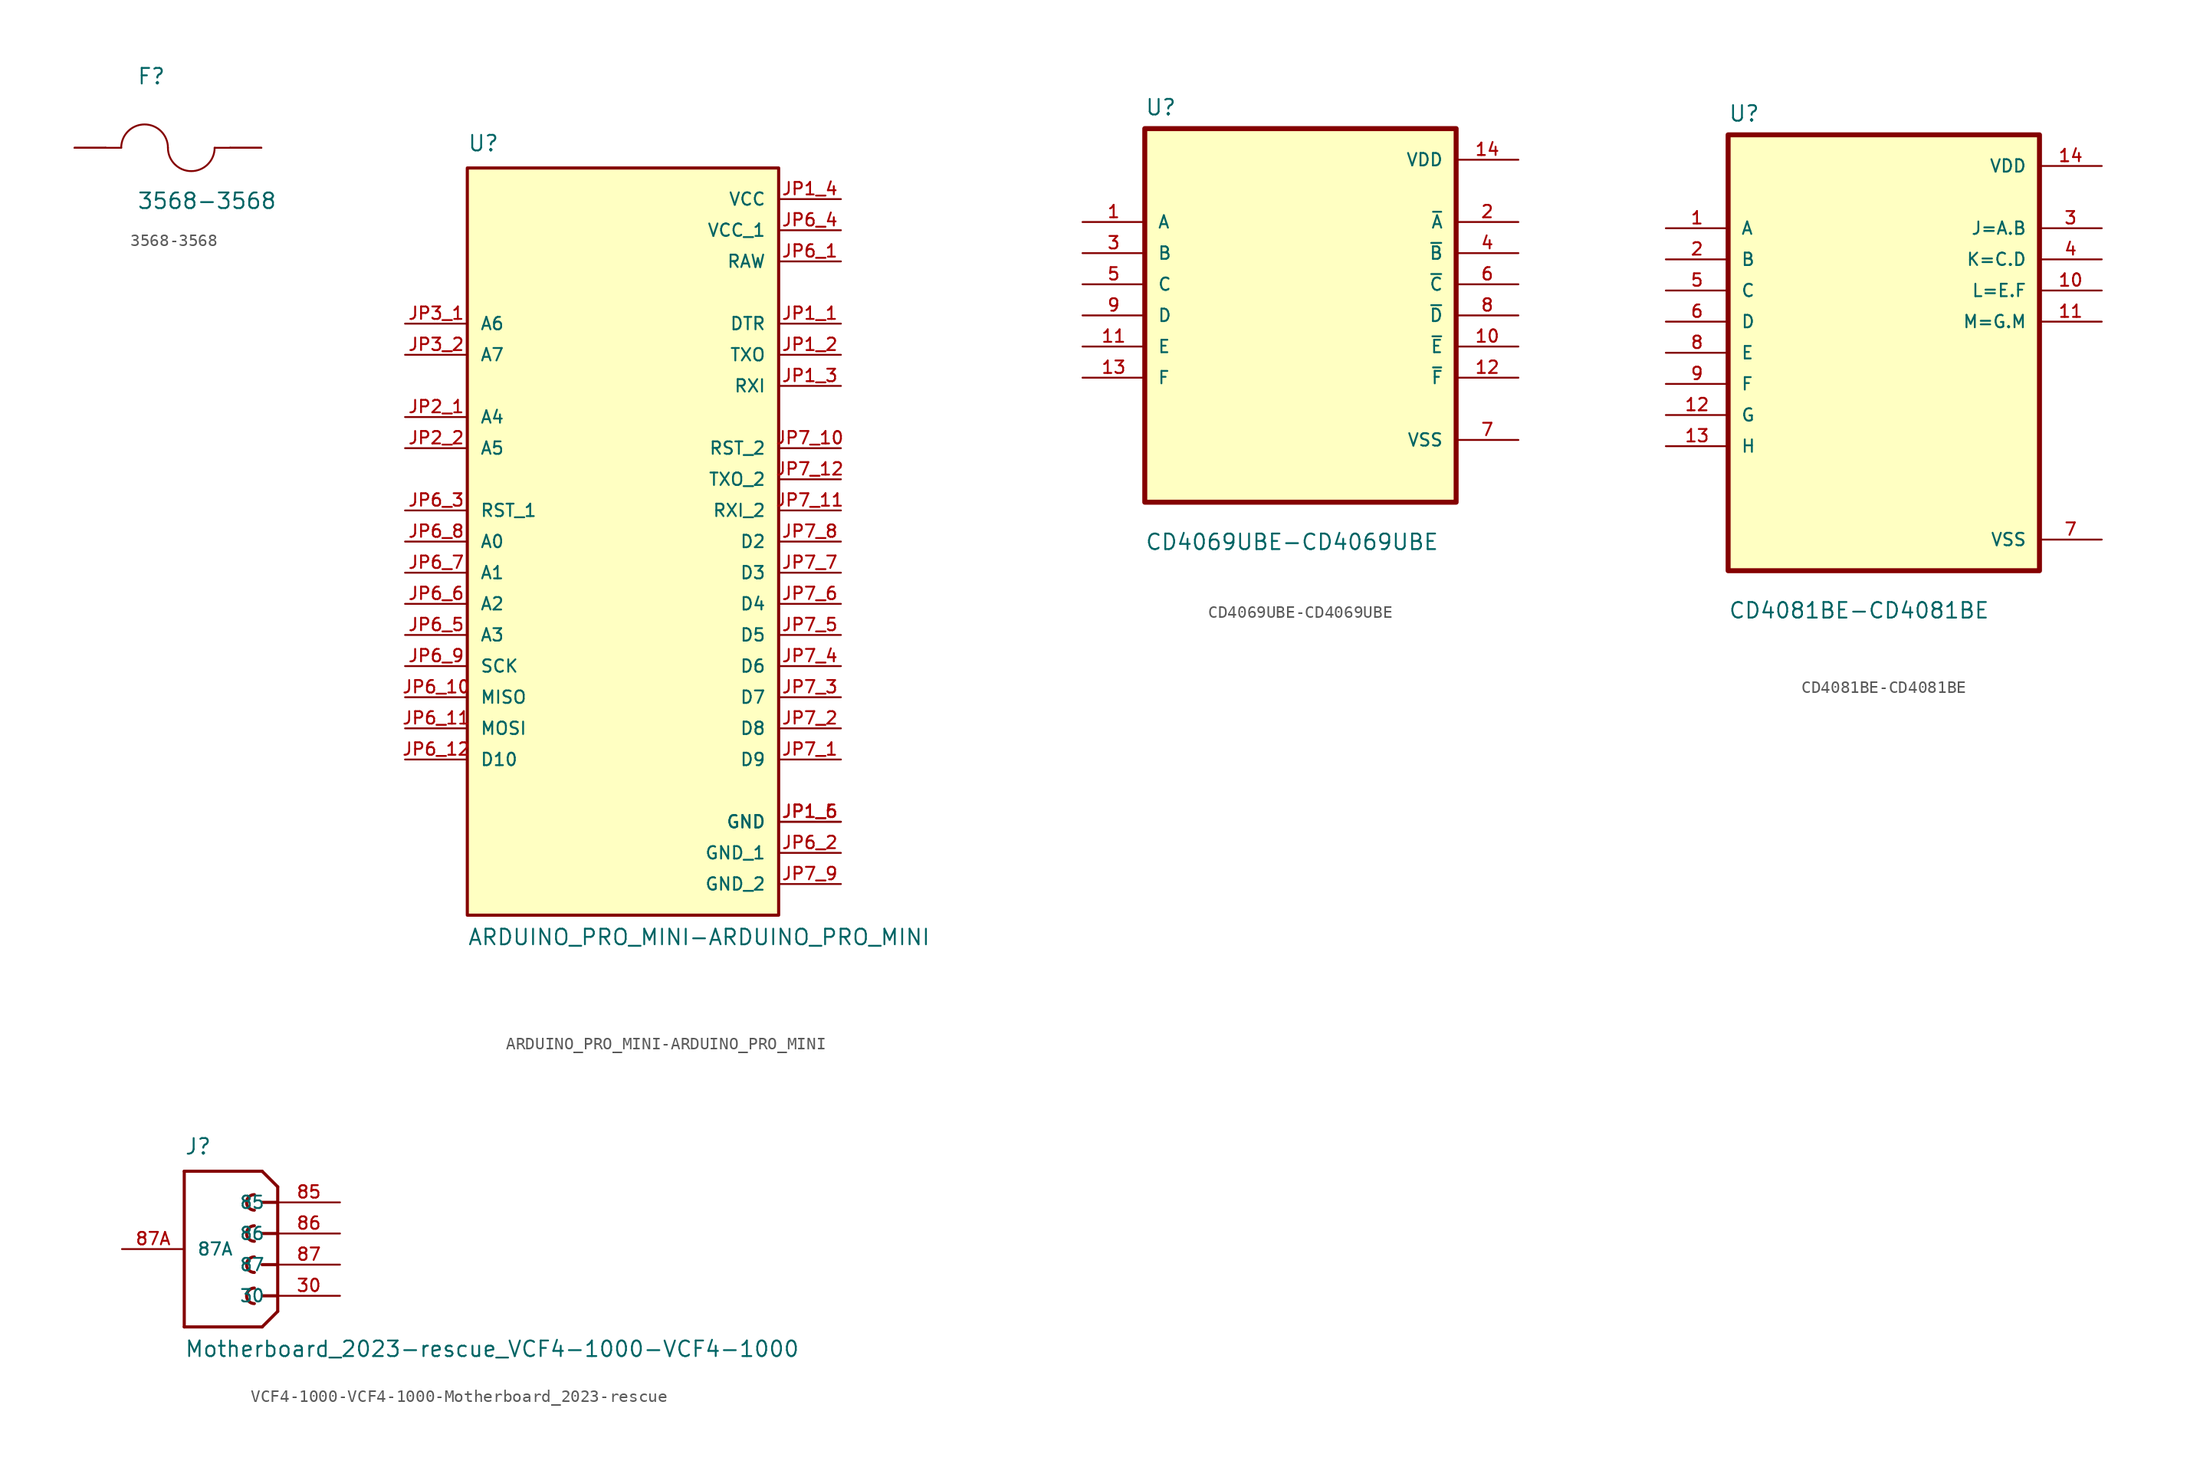
<source format=kicad_sym>
(kicad_symbol_lib
  (version 20220914)
  (generator kicad_symbol_editor)
  (symbol "3568-3568"
    (pin_numbers hide)
    (pin_names
      (offset 1.016) hide)
    (property "Reference" "F"
      (at -2.54 5.08 0)
      (effects (font (size 1.27 1.27)) (justify left bottom)))
    (property "Value" "3568-3568"
      (at -2.54 -5.08 0)
      (effects (font (size 1.27 1.27)) (justify left bottom)))
    (property "ki_locked" ""
      (at 0 0 0)
      (effects (font (size 1.27 1.27))))
    (symbol "3568-3568_0_0"
      (arc (start 0 0) (mid -1.905 1.8967) (end -3.81 0) (stroke (width 0.1524) (type solid)) (fill (type none)))
      (polyline (pts (xy -5.08 0) (xy -3.81 0)) (stroke (width 0.152) (type solid)) (fill (type none)))
      (polyline (pts (xy 5.08 0) (xy 3.81 0)) (stroke (width 0.152) (type solid)) (fill (type none)))
      (arc (start 0 0) (mid 1.905 -1.8967) (end 3.81 0) (stroke (width 0.1524) (type solid)) (fill (type none)))
      (pin passive line (at -7.62 0 0) (length 2.54) (name "~" (effects (font (size 1.016 1.016)))) (number "1" (effects (font (size 1.016 1.016)))))
      (pin passive line (at 7.62 0 180) (length 2.54) (name "~" (effects (font (size 1.016 1.016)))) (number "2" (effects (font (size 1.016 1.016)))))
      (pin passive line (at -7.62 0 0) (length 2.54) (name "~" (effects (font (size 1.016 1.016)))) (number "3" (effects (font (size 1.016 1.016)))))
      (pin passive line (at 7.62 0 180) (length 2.54) (name "~" (effects (font (size 1.016 1.016)))) (number "4" (effects (font (size 1.016 1.016)))))))
  (symbol "ARDUINO_PRO_MINI-ARDUINO_PRO_MINI"
    (pin_names
      (offset 1.016))
    (property "Reference" "U"
      (at -12.7 31.75 0)
      (effects (font (size 1.27 1.27)) (justify left bottom)))
    (property "Value" "ARDUINO_PRO_MINI-ARDUINO_PRO_MINI"
      (at -12.7 -33.02 0)
      (effects (font (size 1.27 1.27)) (justify left bottom)))
    (property "ki_locked" ""
      (at 0 0 0)
      (effects (font (size 1.27 1.27))))
    (symbol "ARDUINO_PRO_MINI-ARDUINO_PRO_MINI_0_0"
      (rectangle (start -12.7 -30.48) (end 12.7 30.48) (stroke (width 0.254) (type solid)) (fill (type background)))
      (pin input line (at 17.78 17.78 180) (length 5.08) (name "DTR" (effects (font (size 1.016 1.016)))) (number "JP1_1" (effects (font (size 1.016 1.016)))))
      (pin bidirectional line (at 17.78 15.24 180) (length 5.08) (name "TXO" (effects (font (size 1.016 1.016)))) (number "JP1_2" (effects (font (size 1.016 1.016)))))
      (pin bidirectional line (at 17.78 12.7 180) (length 5.08) (name "RXI" (effects (font (size 1.016 1.016)))) (number "JP1_3" (effects (font (size 1.016 1.016)))))
      (pin power_in line (at 17.78 27.94 180) (length 5.08) (name "VCC" (effects (font (size 1.016 1.016)))) (number "JP1_4" (effects (font (size 1.016 1.016)))))
      (pin power_in line (at 17.78 -22.86 180) (length 5.08) (name "GND" (effects (font (size 1.016 1.016)))) (number "JP1_5" (effects (font (size 1.016 1.016)))))
      (pin power_in line (at 17.78 -22.86 180) (length 5.08) (name "GND" (effects (font (size 1.016 1.016)))) (number "JP1_6" (effects (font (size 1.016 1.016)))))
      (pin bidirectional line (at -17.78 10.16 0) (length 5.08) (name "A4" (effects (font (size 1.016 1.016)))) (number "JP2_1" (effects (font (size 1.016 1.016)))))
      (pin bidirectional line (at -17.78 7.62 0) (length 5.08) (name "A5" (effects (font (size 1.016 1.016)))) (number "JP2_2" (effects (font (size 1.016 1.016)))))
      (pin input line (at -17.78 17.78 0) (length 5.08) (name "A6" (effects (font (size 1.016 1.016)))) (number "JP3_1" (effects (font (size 1.016 1.016)))))
      (pin input line (at -17.78 15.24 0) (length 5.08) (name "A7" (effects (font (size 1.016 1.016)))) (number "JP3_2" (effects (font (size 1.016 1.016)))))
      (pin power_in line (at 17.78 22.86 180) (length 5.08) (name "RAW" (effects (font (size 1.016 1.016)))) (number "JP6_1" (effects (font (size 1.016 1.016)))))
      (pin bidirectional line (at -17.78 -12.7 0) (length 5.08) (name "MISO" (effects (font (size 1.016 1.016)))) (number "JP6_10" (effects (font (size 1.016 1.016)))))
      (pin bidirectional line (at -17.78 -15.24 0) (length 5.08) (name "MOSI" (effects (font (size 1.016 1.016)))) (number "JP6_11" (effects (font (size 1.016 1.016)))))
      (pin bidirectional line (at -17.78 -17.78 0) (length 5.08) (name "D10" (effects (font (size 1.016 1.016)))) (number "JP6_12" (effects (font (size 1.016 1.016)))))
      (pin power_in line (at 17.78 -25.4 180) (length 5.08) (name "GND_1" (effects (font (size 1.016 1.016)))) (number "JP6_2" (effects (font (size 1.016 1.016)))))
      (pin input line (at -17.78 2.54 0) (length 5.08) (name "RST_1" (effects (font (size 1.016 1.016)))) (number "JP6_3" (effects (font (size 1.016 1.016)))))
      (pin power_in line (at 17.78 25.4 180) (length 5.08) (name "VCC_1" (effects (font (size 1.016 1.016)))) (number "JP6_4" (effects (font (size 1.016 1.016)))))
      (pin bidirectional line (at -17.78 -7.62 0) (length 5.08) (name "A3" (effects (font (size 1.016 1.016)))) (number "JP6_5" (effects (font (size 1.016 1.016)))))
      (pin bidirectional line (at -17.78 -5.08 0) (length 5.08) (name "A2" (effects (font (size 1.016 1.016)))) (number "JP6_6" (effects (font (size 1.016 1.016)))))
      (pin bidirectional line (at -17.78 -2.54 0) (length 5.08) (name "A1" (effects (font (size 1.016 1.016)))) (number "JP6_7" (effects (font (size 1.016 1.016)))))
      (pin bidirectional line (at -17.78 0 0) (length 5.08) (name "A0" (effects (font (size 1.016 1.016)))) (number "JP6_8" (effects (font (size 1.016 1.016)))))
      (pin bidirectional line (at -17.78 -10.16 0) (length 5.08) (name "SCK" (effects (font (size 1.016 1.016)))) (number "JP6_9" (effects (font (size 1.016 1.016)))))
      (pin bidirectional line (at 17.78 -17.78 180) (length 5.08) (name "D9" (effects (font (size 1.016 1.016)))) (number "JP7_1" (effects (font (size 1.016 1.016)))))
      (pin input line (at 17.78 7.62 180) (length 5.08) (name "RST_2" (effects (font (size 1.016 1.016)))) (number "JP7_10" (effects (font (size 1.016 1.016)))))
      (pin bidirectional line (at 17.78 2.54 180) (length 5.08) (name "RXI_2" (effects (font (size 1.016 1.016)))) (number "JP7_11" (effects (font (size 1.016 1.016)))))
      (pin bidirectional line (at 17.78 5.08 180) (length 5.08) (name "TXO_2" (effects (font (size 1.016 1.016)))) (number "JP7_12" (effects (font (size 1.016 1.016)))))
      (pin bidirectional line (at 17.78 -15.24 180) (length 5.08) (name "D8" (effects (font (size 1.016 1.016)))) (number "JP7_2" (effects (font (size 1.016 1.016)))))
      (pin bidirectional line (at 17.78 -12.7 180) (length 5.08) (name "D7" (effects (font (size 1.016 1.016)))) (number "JP7_3" (effects (font (size 1.016 1.016)))))
      (pin bidirectional line (at 17.78 -10.16 180) (length 5.08) (name "D6" (effects (font (size 1.016 1.016)))) (number "JP7_4" (effects (font (size 1.016 1.016)))))
      (pin bidirectional line (at 17.78 -7.62 180) (length 5.08) (name "D5" (effects (font (size 1.016 1.016)))) (number "JP7_5" (effects (font (size 1.016 1.016)))))
      (pin bidirectional line (at 17.78 -5.08 180) (length 5.08) (name "D4" (effects (font (size 1.016 1.016)))) (number "JP7_6" (effects (font (size 1.016 1.016)))))
      (pin bidirectional line (at 17.78 -2.54 180) (length 5.08) (name "D3" (effects (font (size 1.016 1.016)))) (number "JP7_7" (effects (font (size 1.016 1.016)))))
      (pin bidirectional line (at 17.78 0 180) (length 5.08) (name "D2" (effects (font (size 1.016 1.016)))) (number "JP7_8" (effects (font (size 1.016 1.016)))))
      (pin power_in line (at 17.78 -27.94 180) (length 5.08) (name "GND_2" (effects (font (size 1.016 1.016)))) (number "JP7_9" (effects (font (size 1.016 1.016)))))))
  (symbol "CD4069UBE-CD4069UBE"
    (pin_names
      (offset 1.016))
    (property "Reference" "U"
      (at -12.7 16.231 0)
      (effects (font (size 1.27 1.27)) (justify left bottom)))
    (property "Value" "CD4069UBE-CD4069UBE"
      (at -12.7 -19.228 0)
      (effects (font (size 1.27 1.27)) (justify left bottom)))
    (property "ki_locked" ""
      (at 0 0 0)
      (effects (font (size 1.27 1.27))))
    (symbol "CD4069UBE-CD4069UBE_0_0"
      (rectangle (start -12.7 -15.24) (end 12.7 15.24) (stroke (width 0.406) (type solid)) (fill (type background)))
      (pin input line (at -17.78 7.62 0) (length 5.08) (name "A" (effects (font (size 1.016 1.016)))) (number "1" (effects (font (size 1.016 1.016)))))
      (pin output line (at 17.78 -2.54 180) (length 5.08) (name "~{E}" (effects (font (size 1.016 1.016)))) (number "10" (effects (font (size 1.016 1.016)))))
      (pin input line (at -17.78 -2.54 0) (length 5.08) (name "E" (effects (font (size 1.016 1.016)))) (number "11" (effects (font (size 1.016 1.016)))))
      (pin output line (at 17.78 -5.08 180) (length 5.08) (name "~{F}" (effects (font (size 1.016 1.016)))) (number "12" (effects (font (size 1.016 1.016)))))
      (pin input line (at -17.78 -5.08 0) (length 5.08) (name "F" (effects (font (size 1.016 1.016)))) (number "13" (effects (font (size 1.016 1.016)))))
      (pin power_in line (at 17.78 12.7 180) (length 5.08) (name "VDD" (effects (font (size 1.016 1.016)))) (number "14" (effects (font (size 1.016 1.016)))))
      (pin output line (at 17.78 7.62 180) (length 5.08) (name "~{A}" (effects (font (size 1.016 1.016)))) (number "2" (effects (font (size 1.016 1.016)))))
      (pin input line (at -17.78 5.08 0) (length 5.08) (name "B" (effects (font (size 1.016 1.016)))) (number "3" (effects (font (size 1.016 1.016)))))
      (pin output line (at 17.78 5.08 180) (length 5.08) (name "~{B}" (effects (font (size 1.016 1.016)))) (number "4" (effects (font (size 1.016 1.016)))))
      (pin input line (at -17.78 2.54 0) (length 5.08) (name "C" (effects (font (size 1.016 1.016)))) (number "5" (effects (font (size 1.016 1.016)))))
      (pin output line (at 17.78 2.54 180) (length 5.08) (name "~{C}" (effects (font (size 1.016 1.016)))) (number "6" (effects (font (size 1.016 1.016)))))
      (pin power_in line (at 17.78 -10.16 180) (length 5.08) (name "VSS" (effects (font (size 1.016 1.016)))) (number "7" (effects (font (size 1.016 1.016)))))
      (pin output line (at 17.78 0 180) (length 5.08) (name "~{D}" (effects (font (size 1.016 1.016)))) (number "8" (effects (font (size 1.016 1.016)))))
      (pin input line (at -17.78 0 0) (length 5.08) (name "D" (effects (font (size 1.016 1.016)))) (number "9" (effects (font (size 1.016 1.016)))))))
  (symbol "CD4081BE-CD4081BE"
    (pin_names
      (offset 1.016))
    (property "Reference" "U"
      (at -12.7 18.771 0)
      (effects (font (size 1.27 1.27)) (justify left bottom)))
    (property "Value" "CD4081BE-CD4081BE"
      (at -12.7 -21.768 0)
      (effects (font (size 1.27 1.27)) (justify left bottom)))
    (property "ki_locked" ""
      (at 0 0 0)
      (effects (font (size 1.27 1.27))))
    (symbol "CD4081BE-CD4081BE_0_0"
      (rectangle (start -12.7 -17.78) (end 12.7 17.78) (stroke (width 0.406) (type solid)) (fill (type background)))
      (pin input line (at -17.78 10.16 0) (length 5.08) (name "A" (effects (font (size 1.016 1.016)))) (number "1" (effects (font (size 1.016 1.016)))))
      (pin output line (at 17.78 5.08 180) (length 5.08) (name "L=E.F" (effects (font (size 1.016 1.016)))) (number "10" (effects (font (size 1.016 1.016)))))
      (pin output line (at 17.78 2.54 180) (length 5.08) (name "M=G.M" (effects (font (size 1.016 1.016)))) (number "11" (effects (font (size 1.016 1.016)))))
      (pin input line (at -17.78 -5.08 0) (length 5.08) (name "G" (effects (font (size 1.016 1.016)))) (number "12" (effects (font (size 1.016 1.016)))))
      (pin input line (at -17.78 -7.62 0) (length 5.08) (name "H" (effects (font (size 1.016 1.016)))) (number "13" (effects (font (size 1.016 1.016)))))
      (pin power_in line (at 17.78 15.24 180) (length 5.08) (name "VDD" (effects (font (size 1.016 1.016)))) (number "14" (effects (font (size 1.016 1.016)))))
      (pin input line (at -17.78 7.62 0) (length 5.08) (name "B" (effects (font (size 1.016 1.016)))) (number "2" (effects (font (size 1.016 1.016)))))
      (pin output line (at 17.78 10.16 180) (length 5.08) (name "J=A.B" (effects (font (size 1.016 1.016)))) (number "3" (effects (font (size 1.016 1.016)))))
      (pin output line (at 17.78 7.62 180) (length 5.08) (name "K=C.D" (effects (font (size 1.016 1.016)))) (number "4" (effects (font (size 1.016 1.016)))))
      (pin input line (at -17.78 5.08 0) (length 5.08) (name "C" (effects (font (size 1.016 1.016)))) (number "5" (effects (font (size 1.016 1.016)))))
      (pin input line (at -17.78 2.54 0) (length 5.08) (name "D" (effects (font (size 1.016 1.016)))) (number "6" (effects (font (size 1.016 1.016)))))
      (pin power_in line (at 17.78 -15.24 180) (length 5.08) (name "VSS" (effects (font (size 1.016 1.016)))) (number "7" (effects (font (size 1.016 1.016)))))
      (pin input line (at -17.78 0 0) (length 5.08) (name "E" (effects (font (size 1.016 1.016)))) (number "8" (effects (font (size 1.016 1.016)))))
      (pin input line (at -17.78 -2.54 0) (length 5.08) (name "F" (effects (font (size 1.016 1.016)))) (number "9" (effects (font (size 1.016 1.016)))))))
  (symbol "VCF4-1000-VCF4-1000-Motherboard_2023-rescue"
    (pin_names
      (offset 1.016))
    (property "Reference" "J"
      (at -7.62 6.35 0)
      (effects (font (size 1.27 1.27)) (justify left bottom)))
    (property "Value" "Motherboard_2023-rescue_VCF4-1000-VCF4-1000"
      (at -7.62 -10.16 0)
      (effects (font (size 1.27 1.27)) (justify left bottom)))
    (property "ki_locked" ""
      (at 0 0 0)
      (effects (font (size 1.27 1.27))))
    (symbol "VCF4-1000-VCF4-1000-Motherboard_2023-rescue_0_0"
      (arc (start -1.905 -4.445) (mid -2.5373 -5.08) (end -1.905 -5.715) (stroke (width 0.254) (type solid)) (fill (type none)))
      (arc (start -1.905 -1.905) (mid -2.5373 -2.54) (end -1.905 -3.175) (stroke (width 0.254) (type solid)) (fill (type none)))
      (arc (start -1.905 0.635) (mid -2.5373 0) (end -1.905 -0.635) (stroke (width 0.254) (type solid)) (fill (type none)))
      (arc (start -1.905 3.175) (mid -2.5373 2.54) (end -1.905 1.905) (stroke (width 0.254) (type solid)) (fill (type none)))
      (polyline (pts (xy -7.62 -7.62) (xy -7.62 5.08)) (stroke (width 0.254) (type solid)) (fill (type none)))
      (polyline (pts (xy -7.62 5.08) (xy -1.27 5.08)) (stroke (width 0.254) (type solid)) (fill (type none)))
      (polyline (pts (xy -1.27 -7.62) (xy -7.62 -7.62)) (stroke (width 0.254) (type solid)) (fill (type none)))
      (polyline (pts (xy 0 -6.35) (xy -1.27 -7.62)) (stroke (width 0.254) (type solid)) (fill (type none)))
      (polyline (pts (xy 0 -5.08) (xy -1.27 -5.08)) (stroke (width 0.254) (type solid)) (fill (type none)))
      (polyline (pts (xy 0 -2.54) (xy -1.27 -2.54)) (stroke (width 0.254) (type solid)) (fill (type none)))
      (polyline (pts (xy 0 0) (xy -1.27 0)) (stroke (width 0.254) (type solid)) (fill (type none)))
      (polyline (pts (xy 0 2.54) (xy -1.27 2.54)) (stroke (width 0.254) (type solid)) (fill (type none)))
      (polyline (pts (xy 0 2.54) (xy 0 -6.35)) (stroke (width 0.254) (type solid)) (fill (type none)))
      (polyline (pts (xy 0 3.81) (xy -1.27 5.08)) (stroke (width 0.254) (type solid)) (fill (type none)))
      (polyline (pts (xy 0 3.81) (xy 0 2.54)) (stroke (width 0.254) (type solid)) (fill (type none)))
      (pin passive line (at 5.08 -5.08 180) (length 5.08) (name "30" (effects (font (size 1.016 1.016)))) (number "30" (effects (font (size 1.016 1.016)))))
      (pin passive line (at 5.08 2.54 180) (length 5.08) (name "85" (effects (font (size 1.016 1.016)))) (number "85" (effects (font (size 1.016 1.016)))))
      (pin passive line (at 5.08 0 180) (length 5.08) (name "86" (effects (font (size 1.016 1.016)))) (number "86" (effects (font (size 1.016 1.016)))))
      (pin passive line (at 5.08 -2.54 180) (length 5.08) (name "87" (effects (font (size 1.016 1.016)))) (number "87" (effects (font (size 1.016 1.016)))))
      (pin passive line (at -12.7 -1.27 0) (length 5.08) (name "87A" (effects (font (size 1.016 1.016)))) (number "87A" (effects (font (size 1.016 1.016))))))))
</source>
